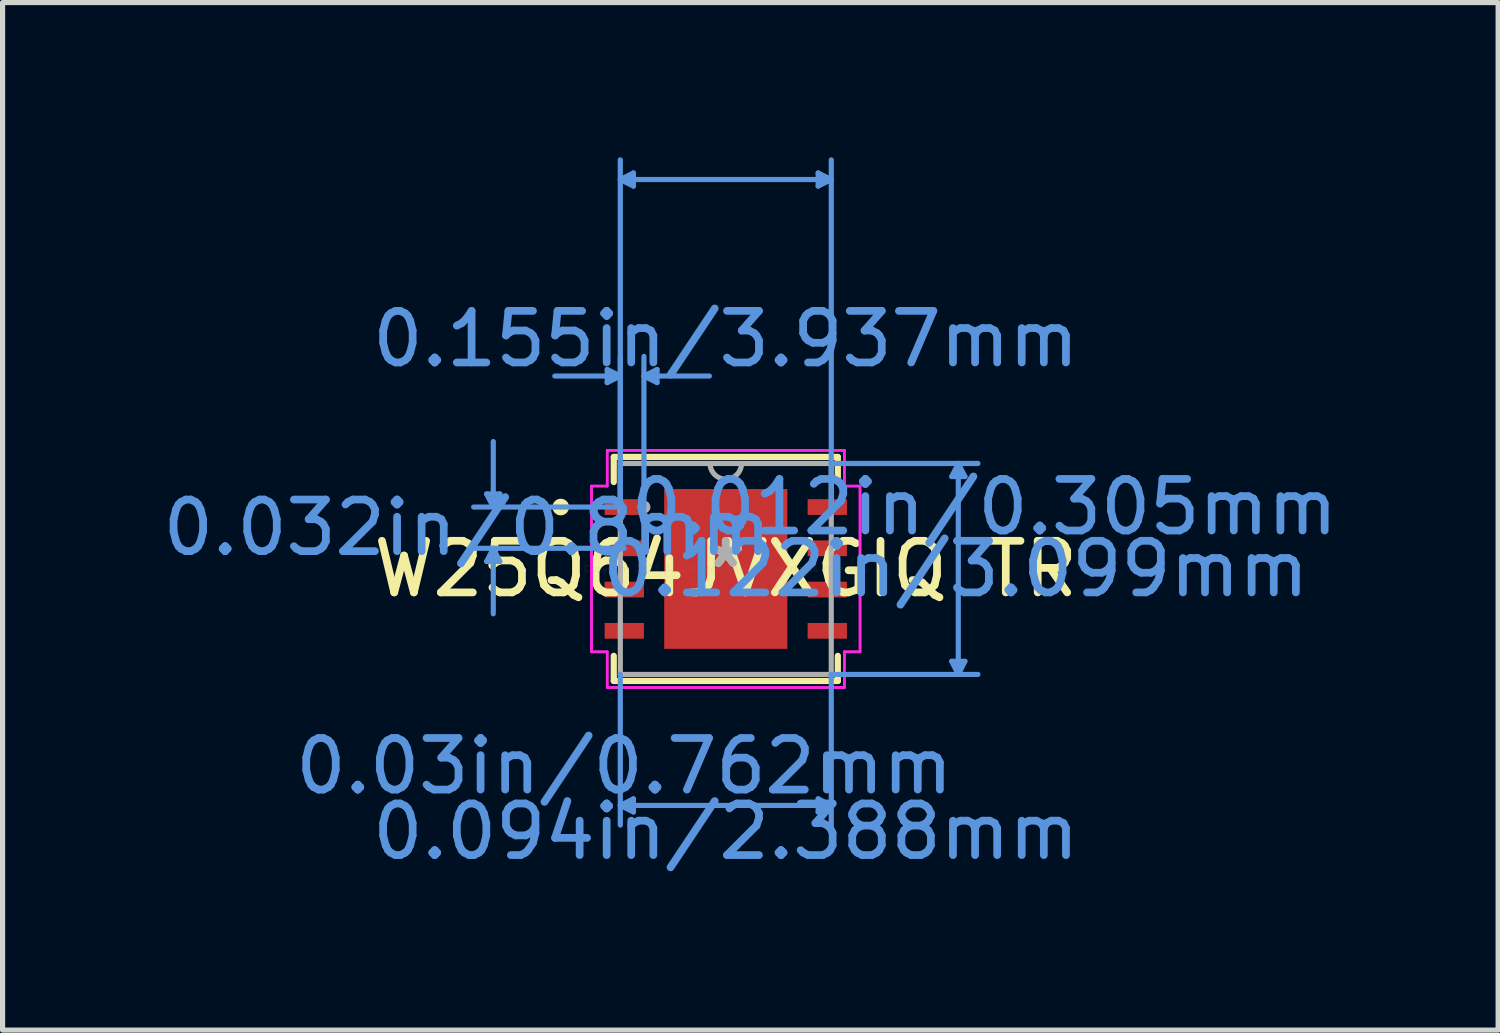
<source format=kicad_pcb>
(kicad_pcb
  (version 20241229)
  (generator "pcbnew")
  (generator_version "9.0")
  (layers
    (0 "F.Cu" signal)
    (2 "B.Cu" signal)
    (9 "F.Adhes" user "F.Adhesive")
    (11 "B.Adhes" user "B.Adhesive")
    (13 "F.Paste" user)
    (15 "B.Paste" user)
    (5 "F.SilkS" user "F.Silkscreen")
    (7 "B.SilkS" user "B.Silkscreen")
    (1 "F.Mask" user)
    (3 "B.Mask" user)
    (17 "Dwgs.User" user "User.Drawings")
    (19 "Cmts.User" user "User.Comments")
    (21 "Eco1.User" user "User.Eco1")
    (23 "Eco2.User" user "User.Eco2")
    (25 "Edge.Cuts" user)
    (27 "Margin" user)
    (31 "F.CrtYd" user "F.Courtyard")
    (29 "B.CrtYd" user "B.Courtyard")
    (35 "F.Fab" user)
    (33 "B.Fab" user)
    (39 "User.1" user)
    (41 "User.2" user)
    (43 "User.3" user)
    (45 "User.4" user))
  (footprint "W25Q64JVXGIQ TR"
    (layer "F.Cu")
    (at 11.022 7.981)
    (property "Reference" "W25Q64JVXGIQ TR" (at 0 0 0) (layer "F.SilkS") (effects (font (size 1 1) (thickness 0.15))))
    (attr through_hole)
    (fp_line (start -2.172 -2.172) (end -2.172 -1.685) (stroke (width 0.12) (type solid)) (layer "F.SilkS"))
    (fp_line (start -2.172 1.685) (end -2.172 2.172) (stroke (width 0.12) (type solid)) (layer "F.SilkS"))
    (fp_line (start -2.172 2.172) (end 2.172 2.172) (stroke (width 0.12) (type solid)) (layer "F.SilkS"))
    (fp_line (start 2.172 -2.172) (end -2.172 -2.172) (stroke (width 0.12) (type solid)) (layer "F.SilkS"))
    (fp_line (start 2.172 -1.685) (end 2.172 -2.172) (stroke (width 0.12) (type solid)) (layer "F.SilkS"))
    (fp_line (start 2.172 2.172) (end 2.172 1.685) (stroke (width 0.12) (type solid)) (layer "F.SilkS"))
    (fp_circle (center -3.2 -1.2) (end -3.099 -1.2) (stroke (width 0.12) (type solid)) (fill no) (layer "F.SilkS"))
    (fp_poly (pts (xy -1.094 -1.449) (xy -1.094 -0.1) (xy 1.094 -0.1) (xy 1.094 -1.449)) (stroke (width 0.1) (type solid)) (fill yes) (layer "F.Paste"))
    (fp_poly (pts (xy -1.094 0.1) (xy -1.094 1.449) (xy 1.094 1.449) (xy 1.094 0.1)) (stroke (width 0.1) (type solid)) (fill yes) (layer "F.Paste"))
    (fp_line (start -4.636 -1.454) (end -4.381 -1.454) (stroke (width 0.1) (type solid)) (layer "Cmts.User"))
    (fp_line (start -4.636 -0.146) (end -4.381 -0.146) (stroke (width 0.1) (type solid)) (layer "Cmts.User"))
    (fp_line (start -4.508 -1.2) (end -4.636 -1.454) (stroke (width 0.1) (type solid)) (layer "Cmts.User"))
    (fp_line (start -4.508 -1.2) (end -4.508 -2.47) (stroke (width 0.1) (type solid)) (layer "Cmts.User"))
    (fp_line (start -4.508 -1.2) (end -4.381 -1.454) (stroke (width 0.1) (type solid)) (layer "Cmts.User"))
    (fp_line (start -4.508 -0.4) (end -4.636 -0.146) (stroke (width 0.1) (type solid)) (layer "Cmts.User"))
    (fp_line (start -4.508 -0.4) (end -4.508 0.87) (stroke (width 0.1) (type solid)) (layer "Cmts.User"))
    (fp_line (start -4.508 -0.4) (end -4.381 -0.146) (stroke (width 0.1) (type solid)) (layer "Cmts.User"))
    (fp_line (start -2.299 -3.867) (end -2.299 -3.613) (stroke (width 0.1) (type solid)) (layer "Cmts.User"))
    (fp_line (start -2.045 -7.55) (end -1.791 -7.677) (stroke (width 0.1) (type solid)) (layer "Cmts.User"))
    (fp_line (start -2.045 -7.55) (end -1.791 -7.423) (stroke (width 0.1) (type solid)) (layer "Cmts.User"))
    (fp_line (start -2.045 -7.55) (end 2.045 -7.55) (stroke (width 0.1) (type solid)) (layer "Cmts.User"))
    (fp_line (start -2.045 -3.74) (end -3.315 -3.74) (stroke (width 0.1) (type solid)) (layer "Cmts.User"))
    (fp_line (start -2.045 -3.74) (end -2.299 -3.867) (stroke (width 0.1) (type solid)) (layer "Cmts.User"))
    (fp_line (start -2.045 -3.74) (end -2.299 -3.613) (stroke (width 0.1) (type solid)) (layer "Cmts.User"))
    (fp_line (start -2.045 -1.2) (end -2.045 -7.931) (stroke (width 0.1) (type solid)) (layer "Cmts.User"))
    (fp_line (start -2.045 -1.2) (end -2.045 -4.121) (stroke (width 0.1) (type solid)) (layer "Cmts.User"))
    (fp_line (start -2.045 2.045) (end -2.045 4.966) (stroke (width 0.1) (type solid)) (layer "Cmts.User"))
    (fp_line (start -2.045 4.585) (end -1.791 4.458) (stroke (width 0.1) (type solid)) (layer "Cmts.User"))
    (fp_line (start -2.045 4.585) (end -1.791 4.712) (stroke (width 0.1) (type solid)) (layer "Cmts.User"))
    (fp_line (start -2.045 4.585) (end 2.045 4.585) (stroke (width 0.1) (type solid)) (layer "Cmts.User"))
    (fp_line (start -1.968 -1.2) (end -4.889 -1.2) (stroke (width 0.1) (type solid)) (layer "Cmts.User"))
    (fp_line (start -1.968 -0.4) (end -4.889 -0.4) (stroke (width 0.1) (type solid)) (layer "Cmts.User"))
    (fp_line (start -1.791 -7.677) (end -1.791 -7.423) (stroke (width 0.1) (type solid)) (layer "Cmts.User"))
    (fp_line (start -1.791 4.458) (end -1.791 4.712) (stroke (width 0.1) (type solid)) (layer "Cmts.User"))
    (fp_line (start -1.587 -3.74) (end -1.333 -3.867) (stroke (width 0.1) (type solid)) (layer "Cmts.User"))
    (fp_line (start -1.587 -3.74) (end -1.333 -3.613) (stroke (width 0.1) (type solid)) (layer "Cmts.User"))
    (fp_line (start -1.587 -3.74) (end -0.318 -3.74) (stroke (width 0.1) (type solid)) (layer "Cmts.User"))
    (fp_line (start -1.587 -1.2) (end -1.587 -4.121) (stroke (width 0.1) (type solid)) (layer "Cmts.User"))
    (fp_line (start -1.333 -3.867) (end -1.333 -3.613) (stroke (width 0.1) (type solid)) (layer "Cmts.User"))
    (fp_line (start 1.791 -7.677) (end 1.791 -7.423) (stroke (width 0.1) (type solid)) (layer "Cmts.User"))
    (fp_line (start 1.791 4.458) (end 1.791 4.712) (stroke (width 0.1) (type solid)) (layer "Cmts.User"))
    (fp_line (start 2.045 -7.55) (end 1.791 -7.677) (stroke (width 0.1) (type solid)) (layer "Cmts.User"))
    (fp_line (start 2.045 -7.55) (end 1.791 -7.423) (stroke (width 0.1) (type solid)) (layer "Cmts.User"))
    (fp_line (start 2.045 -2.045) (end 4.889 -2.045) (stroke (width 0.1) (type solid)) (layer "Cmts.User"))
    (fp_line (start 2.045 -1.2) (end 2.045 -7.931) (stroke (width 0.1) (type solid)) (layer "Cmts.User"))
    (fp_line (start 2.045 2.045) (end 2.045 4.966) (stroke (width 0.1) (type solid)) (layer "Cmts.User"))
    (fp_line (start 2.045 2.045) (end 4.889 2.045) (stroke (width 0.1) (type solid)) (layer "Cmts.User"))
    (fp_line (start 2.045 4.585) (end 1.791 4.458) (stroke (width 0.1) (type solid)) (layer "Cmts.User"))
    (fp_line (start 2.045 4.585) (end 1.791 4.712) (stroke (width 0.1) (type solid)) (layer "Cmts.User"))
    (fp_line (start 4.381 -1.791) (end 4.636 -1.791) (stroke (width 0.1) (type solid)) (layer "Cmts.User"))
    (fp_line (start 4.381 1.791) (end 4.636 1.791) (stroke (width 0.1) (type solid)) (layer "Cmts.User"))
    (fp_line (start 4.508 -2.045) (end 4.381 -1.791) (stroke (width 0.1) (type solid)) (layer "Cmts.User"))
    (fp_line (start 4.508 -2.045) (end 4.508 2.045) (stroke (width 0.1) (type solid)) (layer "Cmts.User"))
    (fp_line (start 4.508 -2.045) (end 4.636 -1.791) (stroke (width 0.1) (type solid)) (layer "Cmts.User"))
    (fp_line (start 4.508 2.045) (end 4.381 1.791) (stroke (width 0.1) (type solid)) (layer "Cmts.User"))
    (fp_line (start 4.508 2.045) (end 4.636 1.791) (stroke (width 0.1) (type solid)) (layer "Cmts.User"))
    (fp_line (start -2.603 -1.607) (end -2.299 -1.607) (stroke (width 0.05) (type solid)) (layer "F.CrtYd"))
    (fp_line (start -2.603 -1.607) (end -2.299 -1.607) (stroke (width 0.05) (type solid)) (layer "F.CrtYd"))
    (fp_line (start -2.603 1.607) (end -2.603 -1.607) (stroke (width 0.05) (type solid)) (layer "F.CrtYd"))
    (fp_line (start -2.603 1.607) (end -2.603 -1.607) (stroke (width 0.05) (type solid)) (layer "F.CrtYd"))
    (fp_line (start -2.603 1.607) (end -2.299 1.607) (stroke (width 0.05) (type solid)) (layer "F.CrtYd"))
    (fp_line (start -2.299 -2.299) (end 2.299 -2.299) (stroke (width 0.05) (type solid)) (layer "F.CrtYd"))
    (fp_line (start -2.299 -2.299) (end 2.299 -2.299) (stroke (width 0.05) (type solid)) (layer "F.CrtYd"))
    (fp_line (start -2.299 -1.607) (end -2.299 -2.299) (stroke (width 0.05) (type solid)) (layer "F.CrtYd"))
    (fp_line (start -2.299 -1.607) (end -2.299 -2.299) (stroke (width 0.05) (type solid)) (layer "F.CrtYd"))
    (fp_line (start -2.299 1.607) (end -2.603 1.607) (stroke (width 0.05) (type solid)) (layer "F.CrtYd"))
    (fp_line (start -2.299 2.299) (end -2.299 1.607) (stroke (width 0.05) (type solid)) (layer "F.CrtYd"))
    (fp_line (start -2.299 2.299) (end -2.299 1.607) (stroke (width 0.05) (type solid)) (layer "F.CrtYd"))
    (fp_line (start 2.299 -2.299) (end 2.299 -1.607) (stroke (width 0.05) (type solid)) (layer "F.CrtYd"))
    (fp_line (start 2.299 -2.299) (end 2.299 -1.607) (stroke (width 0.05) (type solid)) (layer "F.CrtYd"))
    (fp_line (start 2.299 -1.607) (end 2.603 -1.607) (stroke (width 0.05) (type solid)) (layer "F.CrtYd"))
    (fp_line (start 2.299 1.607) (end 2.299 2.299) (stroke (width 0.05) (type solid)) (layer "F.CrtYd"))
    (fp_line (start 2.299 1.607) (end 2.299 2.299) (stroke (width 0.05) (type solid)) (layer "F.CrtYd"))
    (fp_line (start 2.299 2.299) (end -2.299 2.299) (stroke (width 0.05) (type solid)) (layer "F.CrtYd"))
    (fp_line (start 2.299 2.299) (end -2.299 2.299) (stroke (width 0.05) (type solid)) (layer "F.CrtYd"))
    (fp_line (start 2.603 -1.607) (end 2.299 -1.607) (stroke (width 0.05) (type solid)) (layer "F.CrtYd"))
    (fp_line (start 2.603 -1.607) (end 2.603 1.607) (stroke (width 0.05) (type solid)) (layer "F.CrtYd"))
    (fp_line (start 2.603 -1.607) (end 2.603 1.607) (stroke (width 0.05) (type solid)) (layer "F.CrtYd"))
    (fp_line (start 2.603 1.607) (end 2.299 1.607) (stroke (width 0.05) (type solid)) (layer "F.CrtYd"))
    (fp_line (start 2.603 1.607) (end 2.299 1.607) (stroke (width 0.05) (type solid)) (layer "F.CrtYd"))
    (fp_line (start -2.045 -2.045) (end -2.045 2.045) (stroke (width 0.1) (type solid)) (layer "F.Fab"))
    (fp_line (start -2.045 2.045) (end 2.045 2.045) (stroke (width 0.1) (type solid)) (layer "F.Fab"))
    (fp_line (start 2.045 -2.045) (end -2.045 -2.045) (stroke (width 0.1) (type solid)) (layer "F.Fab"))
    (fp_line (start 2.045 2.045) (end 2.045 -2.045) (stroke (width 0.1) (type solid)) (layer "F.Fab"))
    (fp_arc (start 0.3048 -2.0447) (mid 0 -1.7399) (end -0.3048 -2.0447) (stroke (width 0.1) (type solid)) (layer "F.Fab"))
    (fp_circle (center -1.587 -1.2) (end -1.511 -1.2) (stroke (width 0.1) (type solid)) (fill no) (layer "F.Fab"))
    (fp_text user "*" (at 0 0 0) (layer "F.SilkS") (effects (font (size 1 1) (thickness 0.15))))
    (fp_text user "0.03in/0.762mm" (at -1.968 3.823 0) (layer "Cmts.User") (effects (font (size 1 1) (thickness 0.15))))
    (fp_text user "0.094in/2.388mm" (at 0 5.093 0) (layer "Cmts.User") (effects (font (size 1 1) (thickness 0.15))))
    (fp_text user "0.122in/3.099mm" (at 4.458 0 0) (layer "Cmts.User") (effects (font (size 1 1) (thickness 0.15))))
    (fp_text user "Copyright 2021 Accelerated Designs. All rights reserved." (at 0 0 0) (layer "Cmts.User") (effects (font (size 0.127 0.127) (thickness 0.002))))
    (fp_text user "0.155in/3.937mm" (at 0 -4.458 0) (layer "Cmts.User") (effects (font (size 1 1) (thickness 0.15))))
    (fp_text user "0.032in/0.8mm" (at -5.016 -0.8 0) (layer "Cmts.User") (effects (font (size 1 1) (thickness 0.15))))
    (fp_text user "0.012in/0.305mm" (at 5.016 -1.2 0) (layer "Cmts.User") (effects (font (size 1 1) (thickness 0.15))))
    (fp_text user "*" (at 0 0 0) (layer "F.Fab") (effects (font (size 1 1) (thickness 0.15))))
    (pad "1" smd rect (at -1.968 -1.2) (size 0.762 0.305) (layers "F.Cu" "F.Mask" "F.Paste"))
    (pad "2" smd rect (at -1.968 -0.4) (size 0.762 0.305) (layers "F.Cu" "F.Mask" "F.Paste"))
    (pad "3" smd rect (at -1.968 0.4) (size 0.762 0.305) (layers "F.Cu" "F.Mask" "F.Paste"))
    (pad "4" smd rect (at -1.968 1.2) (size 0.762 0.305) (layers "F.Cu" "F.Mask" "F.Paste"))
    (pad "5" smd rect (at 1.968 1.2) (size 0.762 0.305) (layers "F.Cu" "F.Mask" "F.Paste"))
    (pad "6" smd rect (at 1.968 0.4) (size 0.762 0.305) (layers "F.Cu" "F.Mask" "F.Paste"))
    (pad "7" smd rect (at 1.968 -0.4) (size 0.762 0.305) (layers "F.Cu" "F.Mask" "F.Paste"))
    (pad "8" smd rect (at 1.968 -1.2) (size 0.762 0.305) (layers "F.Cu" "F.Mask" "F.Paste"))
    (pad "9" smd rect (at 0 0) (size 2.388 3.099) (layers "F.Cu" "F.Mask" "F.Paste")))
  (gr_rect
    (start -3 -3)
    (end 25.997 16.922)
    (stroke (width 0.1) (type default))
    (fill no)
    (layer "Edge.Cuts")))
</source>
